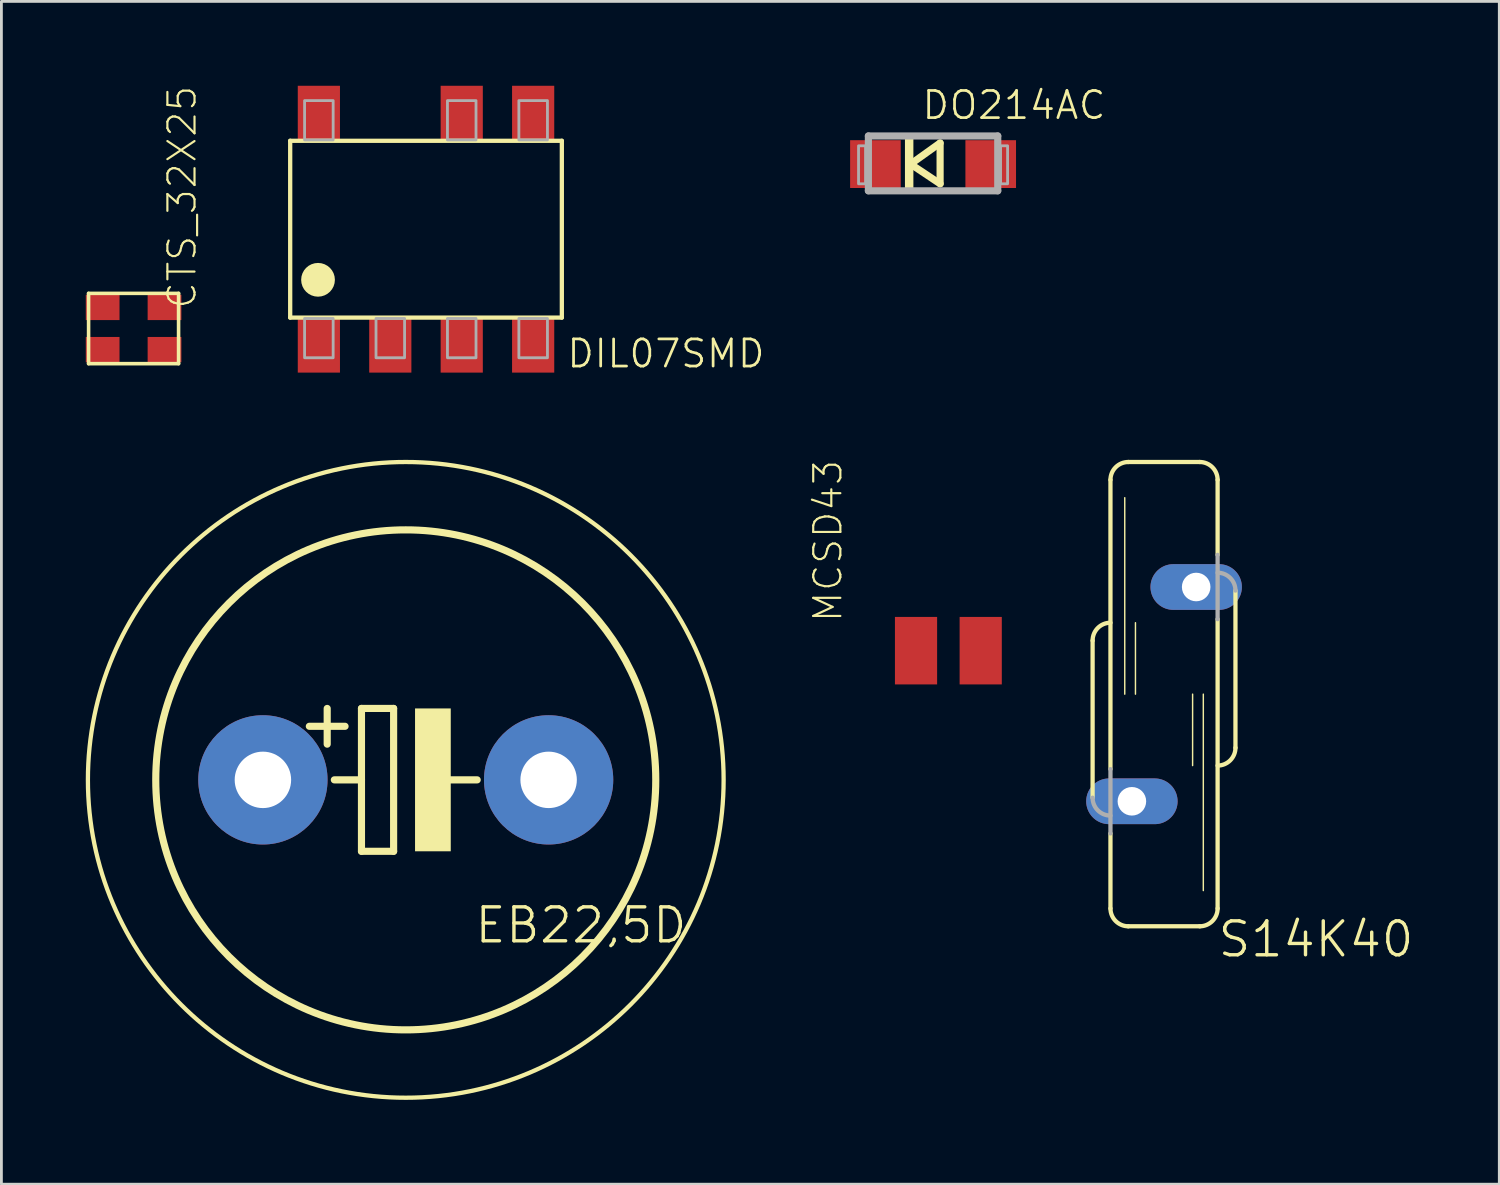
<source format=kicad_pcb>
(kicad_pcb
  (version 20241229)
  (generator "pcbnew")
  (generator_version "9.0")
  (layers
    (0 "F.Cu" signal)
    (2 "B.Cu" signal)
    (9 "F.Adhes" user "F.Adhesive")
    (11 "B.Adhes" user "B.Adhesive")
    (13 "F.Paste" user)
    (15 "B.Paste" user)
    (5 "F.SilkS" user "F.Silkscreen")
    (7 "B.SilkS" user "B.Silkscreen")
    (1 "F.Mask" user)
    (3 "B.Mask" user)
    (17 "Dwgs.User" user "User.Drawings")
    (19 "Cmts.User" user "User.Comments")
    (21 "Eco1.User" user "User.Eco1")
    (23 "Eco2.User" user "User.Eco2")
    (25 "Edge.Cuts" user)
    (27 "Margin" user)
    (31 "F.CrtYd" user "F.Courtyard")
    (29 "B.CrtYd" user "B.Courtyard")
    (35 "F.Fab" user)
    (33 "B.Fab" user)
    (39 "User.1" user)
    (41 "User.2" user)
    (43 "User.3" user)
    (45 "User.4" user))
  (footprint "MCSD43"
    (layer "F.Cu")
    (at 30.674 20.088)
    (property "Reference" "MCSD43" (at -3.719 -0.955 90) (layer "F.SilkS") (effects (font (size 0.965 0.965) (thickness 0.077)) (justify left bottom)))
    (attr through_hole)
    (pad "1" smd rect (at -1.15 0) (size 1.5 2.4) (layers "F.Cu" "F.Mask" "F.Paste"))
    (pad "2" smd rect (at 1.15 0) (size 1.5 2.4) (layers "F.Cu" "F.Mask" "F.Paste")))
  (footprint "S14K40"
    (layer "F.Cu")
    (at 38.343 21.634)
    (property "Reference" "S14K40" (at 1.85 9.421 0) (layer "F.SilkS") (effects (font (size 1.206 1.206) (thickness 0.121)) (justify left bottom)))
    (attr through_hole)
    (fp_line (start -2.54 -1.905) (end -2.54 3.683) (stroke (width 0.152) (type solid)) (layer "F.SilkS"))
    (fp_line (start -1.905 2.667) (end -1.905 -7.62) (stroke (width 0.152) (type solid)) (layer "F.SilkS"))
    (fp_line (start -1.905 7.62) (end -1.905 4.953) (stroke (width 0.152) (type solid)) (layer "F.SilkS"))
    (fp_line (start -1.397 0) (end -1.397 -6.985) (stroke (width 0.051) (type solid)) (layer "F.SilkS"))
    (fp_line (start -1.27 -8.255) (end 1.27 -8.255) (stroke (width 0.152) (type solid)) (layer "F.SilkS"))
    (fp_line (start -1.27 8.255) (end 1.27 8.255) (stroke (width 0.152) (type solid)) (layer "F.SilkS"))
    (fp_line (start -1.016 0) (end -1.016 -2.54) (stroke (width 0.051) (type solid)) (layer "F.SilkS"))
    (fp_line (start 1.016 2.54) (end 1.016 0) (stroke (width 0.051) (type solid)) (layer "F.SilkS"))
    (fp_line (start 1.397 6.985) (end 1.397 0) (stroke (width 0.051) (type solid)) (layer "F.SilkS"))
    (fp_line (start 1.905 -4.953) (end 1.905 -7.62) (stroke (width 0.152) (type solid)) (layer "F.SilkS"))
    (fp_line (start 1.905 7.62) (end 1.905 -2.667) (stroke (width 0.152) (type solid)) (layer "F.SilkS"))
    (fp_line (start 2.54 1.905) (end 2.54 -3.683) (stroke (width 0.152) (type solid)) (layer "F.SilkS"))
    (fp_arc (start -2.54 -1.905) (mid -2.354013 -2.354013) (end -1.905 -2.54) (stroke (width 0.1524) (type solid)) (layer "F.SilkS"))
    (fp_arc (start -1.905 -7.62) (mid -1.719013 -8.069013) (end -1.27 -8.255) (stroke (width 0.1524) (type solid)) (layer "F.SilkS"))
    (fp_arc (start -1.27 8.255) (mid -1.719013 8.069013) (end -1.905 7.62) (stroke (width 0.1524) (type solid)) (layer "F.SilkS"))
    (fp_arc (start 1.27 -8.255) (mid 1.719013 -8.069013) (end 1.905 -7.62) (stroke (width 0.1524) (type solid)) (layer "F.SilkS"))
    (fp_arc (start 1.905 7.62) (mid 1.719013 8.069013) (end 1.27 8.255) (stroke (width 0.1524) (type solid)) (layer "F.SilkS"))
    (fp_arc (start 2.54 1.905) (mid 2.354013 2.354013) (end 1.905 2.54) (stroke (width 0.1524) (type solid)) (layer "F.SilkS"))
    (fp_line (start -1.905 2.667) (end -1.905 4.953) (stroke (width 0.152) (type solid)) (layer "F.Fab"))
    (fp_line (start 1.905 -2.667) (end 1.905 -4.953) (stroke (width 0.152) (type solid)) (layer "F.Fab"))
    (fp_arc (start -1.905 4.318) (mid -2.354013 4.132013) (end -2.54 3.683) (stroke (width 0.1524) (type solid)) (layer "F.Fab"))
    (fp_arc (start 1.905 -4.318) (mid 2.354013 -4.132013) (end 2.54 -3.683) (stroke (width 0.1524) (type solid)) (layer "F.Fab"))
    (pad "1" thru_hole oval (at -1.143 3.81) (size 3.251 1.626) (drill 1.016) (layers "*.Cu" "*.Mask"))
    (pad "2" thru_hole oval (at 1.143 -3.81) (size 3.251 1.626) (drill 1.016) (layers "*.Cu" "*.Mask")))
  (footprint "EB22,5D"
    (layer "F.Cu")
    (at 11.379 24.682)
    (property "Reference" "EB22,5D" (at 2.389 5.875 180) (layer "F.SilkS") (effects (font (size 1.206 1.206) (thickness 0.121)) (justify left bottom)))
    (attr through_hole)
    (fp_line (start -2.794 -2.54) (end -2.794 -1.27) (stroke (width 0.254) (type solid)) (layer "F.SilkS"))
    (fp_line (start -2.54 0) (end -1.575 0) (stroke (width 0.254) (type solid)) (layer "F.SilkS"))
    (fp_line (start -2.159 -1.905) (end -3.429 -1.905) (stroke (width 0.254) (type solid)) (layer "F.SilkS"))
    (fp_line (start -1.575 -2.54) (end -0.432 -2.54) (stroke (width 0.254) (type solid)) (layer "F.SilkS"))
    (fp_line (start -1.575 0) (end -1.575 -2.54) (stroke (width 0.254) (type solid)) (layer "F.SilkS"))
    (fp_line (start -1.575 2.54) (end -1.575 0) (stroke (width 0.254) (type solid)) (layer "F.SilkS"))
    (fp_line (start -0.432 -2.54) (end -0.432 2.54) (stroke (width 0.254) (type solid)) (layer "F.SilkS"))
    (fp_line (start -0.432 2.54) (end -1.575 2.54) (stroke (width 0.254) (type solid)) (layer "F.SilkS"))
    (fp_line (start 0.635 0) (end 2.54 0) (stroke (width 0.254) (type solid)) (layer "F.SilkS"))
    (fp_circle (center 0 0) (end 8.89 0) (stroke (width 0.254) (type solid)) (fill no) (layer "F.SilkS"))
    (fp_circle (center 0 0) (end 11.303 0) (stroke (width 0.152) (type solid)) (fill no) (layer "F.SilkS"))
    (fp_poly (pts (xy 0.33 2.54) (xy 1.6 2.54) (xy 1.6 -2.54) (xy 0.33 -2.54)) (stroke (width 0) (type solid)) (fill yes) (layer "F.SilkS"))
    (pad "+" thru_hole circle (at -5.08 0) (size 4.597 4.597) (drill 2.007) (layers "*.Cu" "*.Mask"))
    (pad "-" thru_hole circle (at 5.08 0) (size 4.597 4.597) (drill 2.007) (layers "*.Cu" "*.Mask")))
  (footprint "DO214AC"
    (layer "F.Cu")
    (at 30.13 2.785)
    (property "Reference" "DO214AC" (at -0.45 -1.53 0) (layer "F.SilkS") (effects (font (size 0.965 0.965) (thickness 0.097)) (justify left bottom)))
    (attr through_hole)
    (fp_line (start -0.8 0) (end 0.25 -0.75) (stroke (width 0.254) (type solid)) (layer "F.SilkS"))
    (fp_line (start 0.25 -0.75) (end 0.25 0.7) (stroke (width 0.254) (type solid)) (layer "F.SilkS"))
    (fp_line (start 0.25 0.7) (end -0.8 0) (stroke (width 0.254) (type solid)) (layer "F.SilkS"))
    (fp_poly (pts (xy -1 1.05) (xy -0.7 1.05) (xy -0.7 -1.05) (xy -1 -1.05)) (stroke (width 0) (type solid)) (fill yes) (layer "F.SilkS"))
    (fp_line (start -2.3 -1) (end 2.3 -1) (stroke (width 0.254) (type solid)) (layer "F.Fab"))
    (fp_line (start -2.3 0.95) (end -2.3 -1) (stroke (width 0.254) (type solid)) (layer "F.Fab"))
    (fp_line (start 2.3 -1) (end 2.3 0.95) (stroke (width 0.254) (type solid)) (layer "F.Fab"))
    (fp_line (start 2.3 0.95) (end -2.3 0.95) (stroke (width 0.254) (type solid)) (layer "F.Fab"))
    (fp_poly (pts (xy -2.65 0.7) (xy -2.4 0.7) (xy -2.4 -0.65) (xy -2.65 -0.65)) (stroke (width 0.1) (type solid)) (fill no) (layer "F.Fab"))
    (fp_poly (pts (xy 2.4 0.7) (xy 2.65 0.7) (xy 2.65 -0.65) (xy 2.4 -0.65)) (stroke (width 0.1) (type solid)) (fill no) (layer "F.Fab"))
    (pad "A" smd rect (at 2.05 0) (size 1.8 1.7) (layers "F.Cu" "F.Mask" "F.Paste"))
    (pad "C" smd rect (at -2.05 0) (size 1.8 1.7) (layers "F.Cu" "F.Mask" "F.Paste")))
  (footprint "DIL07SMD"
    (layer "F.Cu")
    (at 12.099 5.1)
    (property "Reference" "DIL07SMD" (at 4.953 4.99 0) (layer "F.SilkS") (effects (font (size 0.965 0.965) (thickness 0.097)) (justify left bottom)))
    (attr through_hole)
    (fp_line (start -4.83 -3.144) (end -4.83 3.144) (stroke (width 0.152) (type solid)) (layer "F.SilkS"))
    (fp_line (start -4.83 3.144) (end 4.83 3.144) (stroke (width 0.152) (type solid)) (layer "F.SilkS"))
    (fp_line (start 4.83 -3.144) (end -4.83 -3.144) (stroke (width 0.152) (type solid)) (layer "F.SilkS"))
    (fp_line (start 4.83 3.144) (end 4.83 -3.144) (stroke (width 0.152) (type solid)) (layer "F.SilkS"))
    (fp_circle (center -3.84 1.8) (end -3.54 1.8) (stroke (width 0.6) (type solid)) (fill no) (layer "F.SilkS"))
    (fp_poly (pts (xy -4.318 -3.175) (xy -3.302 -3.175) (xy -3.302 -4.572) (xy -4.318 -4.572)) (stroke (width 0.1) (type solid)) (fill no) (layer "F.Fab"))
    (fp_poly (pts (xy -4.318 4.572) (xy -3.302 4.572) (xy -3.302 3.175) (xy -4.318 3.175)) (stroke (width 0.1) (type solid)) (fill no) (layer "F.Fab"))
    (fp_poly (pts (xy -1.778 4.572) (xy -0.762 4.572) (xy -0.762 3.175) (xy -1.778 3.175)) (stroke (width 0.1) (type solid)) (fill no) (layer "F.Fab"))
    (fp_poly (pts (xy 0.762 -3.175) (xy 1.778 -3.175) (xy 1.778 -4.572) (xy 0.762 -4.572)) (stroke (width 0.1) (type solid)) (fill no) (layer "F.Fab"))
    (fp_poly (pts (xy 0.762 4.572) (xy 1.778 4.572) (xy 1.778 3.175) (xy 0.762 3.175)) (stroke (width 0.1) (type solid)) (fill no) (layer "F.Fab"))
    (fp_poly (pts (xy 3.302 -3.175) (xy 4.318 -3.175) (xy 4.318 -4.572) (xy 3.302 -4.572)) (stroke (width 0.1) (type solid)) (fill no) (layer "F.Fab"))
    (fp_poly (pts (xy 3.302 4.572) (xy 4.318 4.572) (xy 4.318 3.175) (xy 3.302 3.175)) (stroke (width 0.1) (type solid)) (fill no) (layer "F.Fab"))
    (pad "1" smd rect (at -3.81 4.15) (size 1.5 1.9) (layers "F.Cu" "F.Mask" "F.Paste"))
    (pad "2" smd rect (at -1.27 4.15) (size 1.5 1.9) (layers "F.Cu" "F.Mask" "F.Paste"))
    (pad "3" smd rect (at 1.27 4.15) (size 1.5 1.9) (layers "F.Cu" "F.Mask" "F.Paste"))
    (pad "4" smd rect (at 3.81 4.15) (size 1.5 1.9) (layers "F.Cu" "F.Mask" "F.Paste"))
    (pad "5" smd rect (at 3.81 -4.15) (size 1.5 1.9) (layers "F.Cu" "F.Mask" "F.Paste"))
    (pad "6" smd rect (at 1.27 -4.15) (size 1.5 1.9) (layers "F.Cu" "F.Mask" "F.Paste"))
    (pad "8" smd rect (at -3.81 -4.15) (size 1.5 1.9) (layers "F.Cu" "F.Mask" "F.Paste")))
  (footprint "CTS_32X25"
    (layer "F.Cu")
    (at 1.7 8.682)
    (property "Reference" "CTS_32X25" (at 2.289 -0.692 270) (layer "F.SilkS") (effects (font (size 0.965 0.965) (thickness 0.077)) (justify left bottom)))
    (attr through_hole)
    (fp_line (start -1.6 -1.3) (end 1.6 -1.3) (stroke (width 0.127) (type solid)) (layer "F.SilkS"))
    (fp_line (start -1.6 1.2) (end -1.6 -1.3) (stroke (width 0.127) (type solid)) (layer "F.SilkS"))
    (fp_line (start -1.6 1.2) (end 1.6 1.2) (stroke (width 0.127) (type solid)) (layer "F.SilkS"))
    (fp_line (start 1.6 1.2) (end 1.6 -1.3) (stroke (width 0.127) (type solid)) (layer "F.SilkS"))
    (pad "1" smd rect (at -1.1 0.7) (size 1.2 0.9) (layers "F.Cu" "F.Mask" "F.Paste"))
    (pad "2" smd rect (at 1.1 0.7) (size 1.2 0.9) (layers "F.Cu" "F.Mask" "F.Paste"))
    (pad "3" smd rect (at 1.1 -0.8) (size 1.2 0.9) (layers "F.Cu" "F.Mask" "F.Paste"))
    (pad "4" smd rect (at -1.1 -0.8) (size 1.2 0.9) (layers "F.Cu" "F.Mask" "F.Paste")))
  (gr_rect
    (start -3 -3)
    (end 50.265 39.061)
    (stroke (width 0.1) (type default))
    (fill no)
    (layer "Edge.Cuts")))
</source>
